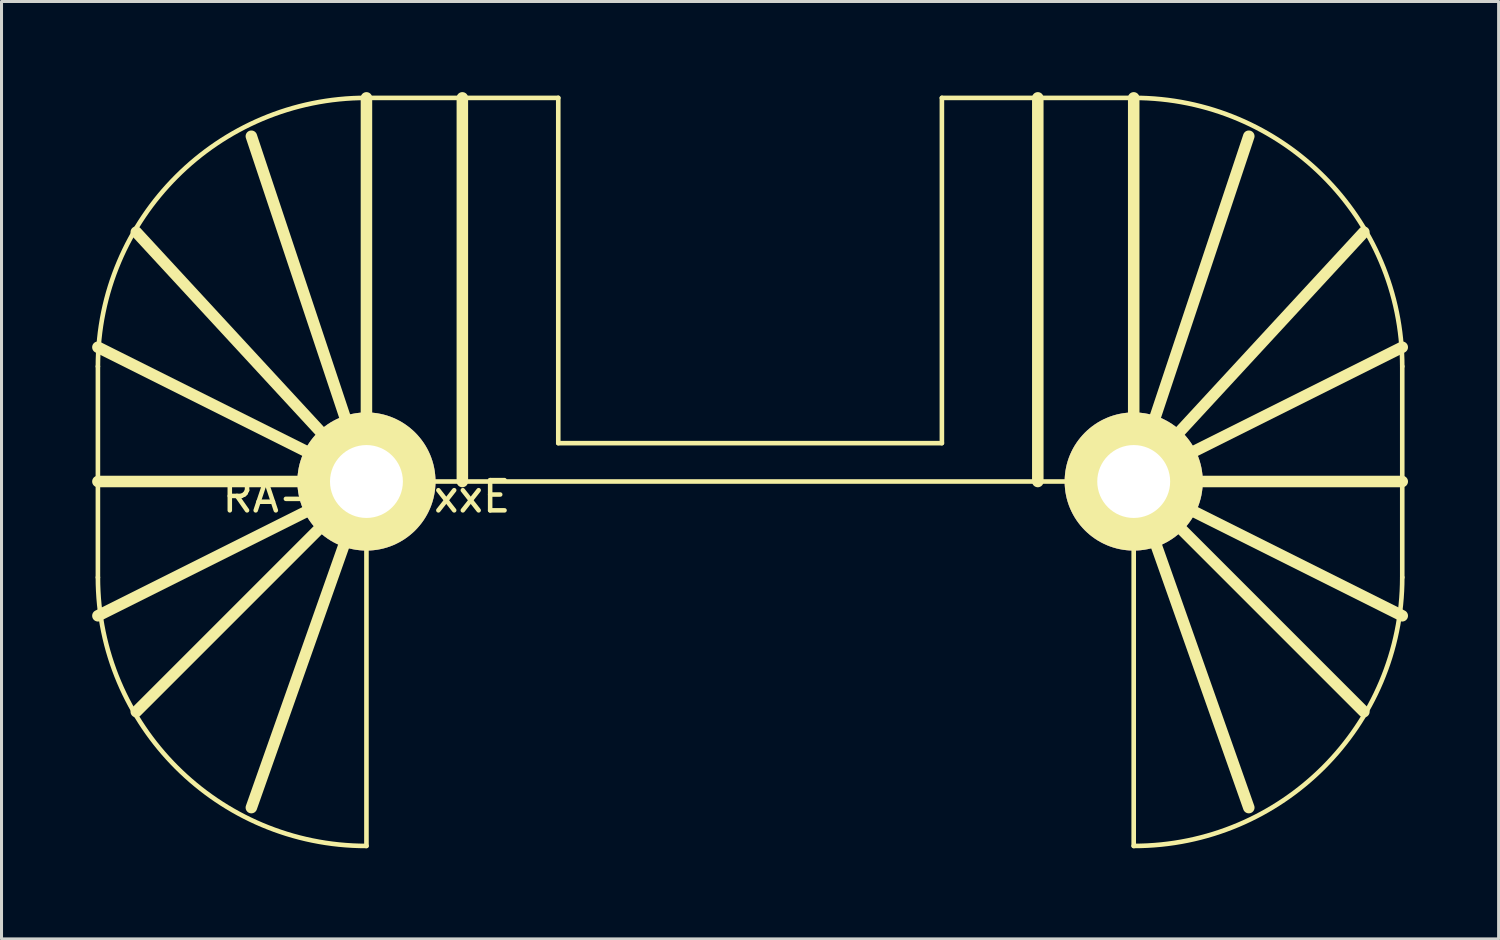
<source format=kicad_pcb>
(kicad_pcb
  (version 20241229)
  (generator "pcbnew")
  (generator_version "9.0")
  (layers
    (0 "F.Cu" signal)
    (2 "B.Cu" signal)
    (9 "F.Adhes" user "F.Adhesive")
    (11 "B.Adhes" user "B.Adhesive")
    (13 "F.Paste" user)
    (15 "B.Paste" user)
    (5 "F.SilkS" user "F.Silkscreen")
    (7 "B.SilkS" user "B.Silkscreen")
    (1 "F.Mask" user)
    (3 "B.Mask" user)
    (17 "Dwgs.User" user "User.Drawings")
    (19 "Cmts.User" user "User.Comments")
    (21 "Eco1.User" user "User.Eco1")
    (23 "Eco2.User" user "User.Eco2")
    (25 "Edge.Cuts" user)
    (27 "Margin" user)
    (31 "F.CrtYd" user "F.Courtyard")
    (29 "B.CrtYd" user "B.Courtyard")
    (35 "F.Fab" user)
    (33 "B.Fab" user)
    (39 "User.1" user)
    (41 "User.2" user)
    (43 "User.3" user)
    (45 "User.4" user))
  (footprint "RA-T2X-xxE"
    (layer "F.Cu")
    (at 9.081 12.89)
    (property "Reference" "RA-T2X-xxE" (at 0 0.5 0) (layer "F.SilkS") (effects (font (size 1 1) (thickness 0.15))))
    (attr through_hole)
    (fp_line (start -8.89 3.175) (end -8.89 -3.81) (stroke (width 0.152) (type solid)) (layer "F.SilkS"))
    (fp_line (start 0 -12.7) (end 6.35 -12.7) (stroke (width 0.152) (type solid)) (layer "F.SilkS"))
    (fp_line (start 0 0) (end -8.89 -4.445) (stroke (width 0.381) (type solid)) (layer "F.SilkS"))
    (fp_line (start 0 0) (end -8.89 0) (stroke (width 0.381) (type solid)) (layer "F.SilkS"))
    (fp_line (start 0 0) (end -8.89 4.445) (stroke (width 0.381) (type solid)) (layer "F.SilkS"))
    (fp_line (start 0 0) (end -7.62 -8.255) (stroke (width 0.381) (type solid)) (layer "F.SilkS"))
    (fp_line (start 0 0) (end -7.62 7.62) (stroke (width 0.381) (type solid)) (layer "F.SilkS"))
    (fp_line (start 0 0) (end -3.81 -11.43) (stroke (width 0.381) (type solid)) (layer "F.SilkS"))
    (fp_line (start 0 0) (end -3.81 10.795) (stroke (width 0.381) (type solid)) (layer "F.SilkS"))
    (fp_line (start 0 0) (end 0 -12.7) (stroke (width 0.381) (type solid)) (layer "F.SilkS"))
    (fp_line (start 0 0) (end 25.4 0) (stroke (width 0.152) (type solid)) (layer "F.SilkS"))
    (fp_line (start 0 12.065) (end 0 0) (stroke (width 0.152) (type solid)) (layer "F.SilkS"))
    (fp_line (start 3.175 -12.7) (end 3.175 0) (stroke (width 0.381) (type solid)) (layer "F.SilkS"))
    (fp_line (start 6.35 -1.27) (end 6.35 -12.7) (stroke (width 0.152) (type solid)) (layer "F.SilkS"))
    (fp_line (start 6.35 -1.27) (end 19.05 -1.27) (stroke (width 0.152) (type solid)) (layer "F.SilkS"))
    (fp_line (start 19.05 -12.7) (end 25.4 -12.7) (stroke (width 0.152) (type solid)) (layer "F.SilkS"))
    (fp_line (start 19.05 -1.27) (end 19.05 -12.7) (stroke (width 0.152) (type solid)) (layer "F.SilkS"))
    (fp_line (start 22.225 -12.7) (end 22.225 0) (stroke (width 0.381) (type solid)) (layer "F.SilkS"))
    (fp_line (start 25.4 0) (end 25.4 -12.7) (stroke (width 0.381) (type solid)) (layer "F.SilkS"))
    (fp_line (start 25.4 0) (end 29.21 -11.43) (stroke (width 0.381) (type solid)) (layer "F.SilkS"))
    (fp_line (start 25.4 0) (end 29.21 10.795) (stroke (width 0.381) (type solid)) (layer "F.SilkS"))
    (fp_line (start 25.4 0) (end 33.02 -8.255) (stroke (width 0.381) (type solid)) (layer "F.SilkS"))
    (fp_line (start 25.4 0) (end 33.02 7.62) (stroke (width 0.381) (type solid)) (layer "F.SilkS"))
    (fp_line (start 25.4 0) (end 34.29 -4.445) (stroke (width 0.381) (type solid)) (layer "F.SilkS"))
    (fp_line (start 25.4 0) (end 34.29 0) (stroke (width 0.381) (type solid)) (layer "F.SilkS"))
    (fp_line (start 25.4 0) (end 34.29 4.445) (stroke (width 0.381) (type solid)) (layer "F.SilkS"))
    (fp_line (start 25.4 12.065) (end 25.4 0) (stroke (width 0.152) (type solid)) (layer "F.SilkS"))
    (fp_line (start 34.29 -3.81) (end 34.29 3.175) (stroke (width 0.152) (type solid)) (layer "F.SilkS"))
    (fp_arc (start -8.89 -3.81) (mid -6.286179 -10.096179) (end 0 -12.7) (stroke (width 0.1524) (type solid)) (layer "F.SilkS"))
    (fp_arc (start 0 12.065) (mid -6.286179 9.461179) (end -8.89 3.175) (stroke (width 0.1524) (type solid)) (layer "F.SilkS"))
    (fp_arc (start 25.4 -12.7) (mid 31.686179 -10.096179) (end 34.29 -3.81) (stroke (width 0.1524) (type solid)) (layer "F.SilkS"))
    (fp_arc (start 34.29 3.175) (mid 31.686179 9.461179) (end 25.4 12.065) (stroke (width 0.1524) (type solid)) (layer "F.SilkS"))
    (pad "1" thru_hole circle (at 0 0) (size 4.572 4.572) (drill 2.413) (layers "*.Cu" "*.Mask" "F.SilkS"))
    (pad "2" thru_hole circle (at 25.4 0) (size 4.572 4.572) (drill 2.413) (layers "*.Cu" "*.Mask" "F.SilkS")))
  (gr_rect
    (start -3 -3)
    (end 46.561 28.032)
    (stroke (width 0.1) (type default))
    (fill no)
    (layer "Edge.Cuts")))
</source>
